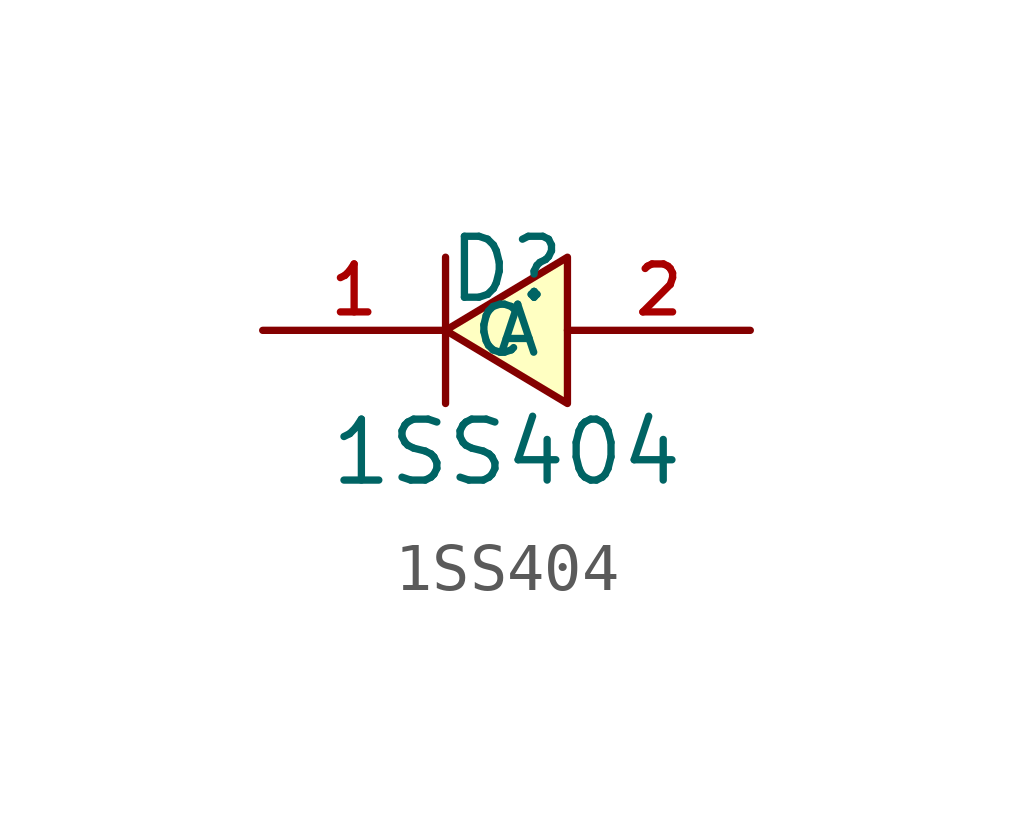
<source format=kicad_sym>
(kicad_symbol_lib
  (version 20210201)
  (generator TousstNicolas/JLC2KiCad_lib)
  (symbol "1SS404"
    (property "Reference" "D"
      (at 0 1.27 0)
      (effects (font (size 1.27 1.27))))
    (property "Value" "1SS404"
      (at 0 -2.54 0)
      (effects (font (size 1.27 1.27))))
    (symbol "1SS404_0_1"
      (polyline (pts (xy -1.27 -1.524) (xy -1.27 1.524)) (stroke (width 0) (type default) (color 0 0 0 0)) (fill (type none)))
      (pin unspecified line (at 5.08 -0.0 180) (length 3.81) (name "A" (effects (font (size 1 1)))) (number "2" (effects (font (size 1 1)))))
      (pin unspecified line (at -5.08 -0.0 0) (length 3.81) (name "C" (effects (font (size 1 1)))) (number "1" (effects (font (size 1 1)))))
      (polyline (pts (xy 1.27 1.524) (xy -1.27 -0.0) (xy 1.27 -1.524) (xy 1.27 1.524)) (stroke (width 0) (type default) (color 0 0 0 0)) (fill (type background))))))
</source>
